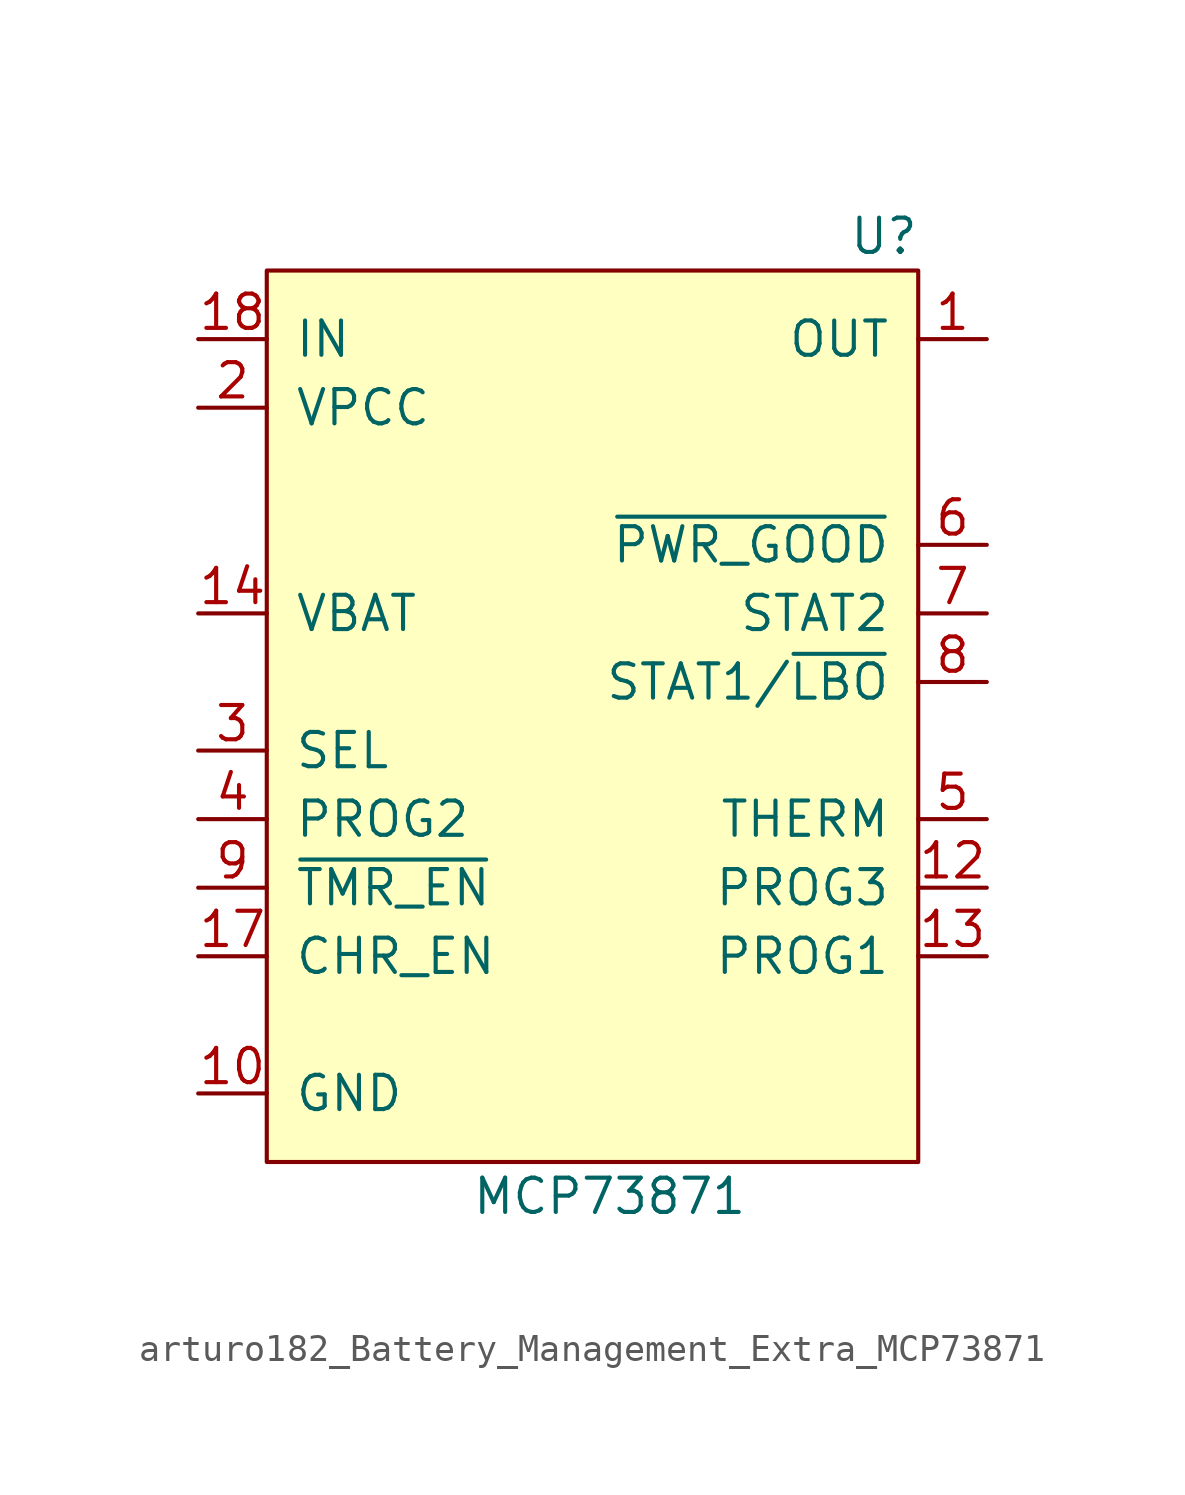
<source format=kicad_sym>
(kicad_symbol_lib
  (version 20220914)
  (generator kicad_symbol_editor)
  (symbol "arturo182_Battery_Management_Extra_MCP73871"
    (pin_names
      (offset 1.016))
    (property "Reference" "U"
      (at 10.16 16.51 0)
      (effects (font (size 1.27 1.27))))
    (property "Value" "MCP73871"
      (at 0 -19.05 0)
      (effects (font (size 1.27 1.27))))
    (symbol "arturo182_Battery_Management_Extra_MCP73871_0_1"
      (rectangle (start -12.7 15.24) (end 11.43 -17.78) (stroke (width 0) (type default) (color 0 0 0 0)) (fill (type background))))
    (symbol "arturo182_Battery_Management_Extra_MCP73871_1_1"
      (pin power_out line (at 13.97 12.7 180) (length 2.54) (name "OUT" (effects (font (size 1.27 1.27)))) (number "1" (effects (font (size 1.27 1.27)))))
      (pin power_in line (at -15.24 -15.24 0) (length 2.54) (name "GND" (effects (font (size 1.27 1.27)))) (number "10" (effects (font (size 1.27 1.27)))))
      (pin passive line (at -15.24 -15.24 0) (length 2.54) hide (name "GND" (effects (font (size 1.27 1.27)))) (number "11" (effects (font (size 1.27 1.27)))))
      (pin bidirectional line (at 13.97 -7.62 180) (length 2.54) (name "PROG3" (effects (font (size 1.27 1.27)))) (number "12" (effects (font (size 1.27 1.27)))))
      (pin bidirectional line (at 13.97 -10.16 180) (length 2.54) (name "PROG1" (effects (font (size 1.27 1.27)))) (number "13" (effects (font (size 1.27 1.27)))))
      (pin power_in line (at -15.24 2.54 0) (length 2.54) (name "VBAT" (effects (font (size 1.27 1.27)))) (number "14" (effects (font (size 1.27 1.27)))))
      (pin passive line (at -15.24 2.54 0) (length 2.54) hide (name "VBAT" (effects (font (size 1.27 1.27)))) (number "15" (effects (font (size 1.27 1.27)))))
      (pin passive line (at -15.24 2.54 0) (length 2.54) hide (name "VBAT" (effects (font (size 1.27 1.27)))) (number "16" (effects (font (size 1.27 1.27)))))
      (pin input line (at -15.24 -10.16 0) (length 2.54) (name "CHR_EN" (effects (font (size 1.27 1.27)))) (number "17" (effects (font (size 1.27 1.27)))))
      (pin power_in line (at -15.24 12.7 0) (length 2.54) (name "IN" (effects (font (size 1.27 1.27)))) (number "18" (effects (font (size 1.27 1.27)))))
      (pin passive line (at -15.24 12.7 0) (length 2.54) hide (name "IN" (effects (font (size 1.27 1.27)))) (number "19" (effects (font (size 1.27 1.27)))))
      (pin input line (at -15.24 10.16 0) (length 2.54) (name "VPCC" (effects (font (size 1.27 1.27)))) (number "2" (effects (font (size 1.27 1.27)))))
      (pin passive line (at 13.97 12.7 180) (length 2.54) hide (name "OUT" (effects (font (size 1.27 1.27)))) (number "20" (effects (font (size 1.27 1.27)))))
      (pin passive line (at -15.24 -15.24 0) (length 2.54) hide (name "GND" (effects (font (size 1.27 1.27)))) (number "21" (effects (font (size 1.27 1.27)))))
      (pin input line (at -15.24 -2.54 0) (length 2.54) (name "SEL" (effects (font (size 1.27 1.27)))) (number "3" (effects (font (size 1.27 1.27)))))
      (pin input line (at -15.24 -5.08 0) (length 2.54) (name "PROG2" (effects (font (size 1.27 1.27)))) (number "4" (effects (font (size 1.27 1.27)))))
      (pin bidirectional line (at 13.97 -5.08 180) (length 2.54) (name "THERM" (effects (font (size 1.27 1.27)))) (number "5" (effects (font (size 1.27 1.27)))))
      (pin output line (at 13.97 5.08 180) (length 2.54) (name "~{PWR_GOOD}" (effects (font (size 1.27 1.27)))) (number "6" (effects (font (size 1.27 1.27)))))
      (pin output line (at 13.97 2.54 180) (length 2.54) (name "STAT2" (effects (font (size 1.27 1.27)))) (number "7" (effects (font (size 1.27 1.27)))))
      (pin output line (at 13.97 0 180) (length 2.54) (name "STAT1/~{LBO}" (effects (font (size 1.27 1.27)))) (number "8" (effects (font (size 1.27 1.27)))))
      (pin input line (at -15.24 -7.62 0) (length 2.54) (name "~{TMR_EN}" (effects (font (size 1.27 1.27)))) (number "9" (effects (font (size 1.27 1.27))))))))
</source>
